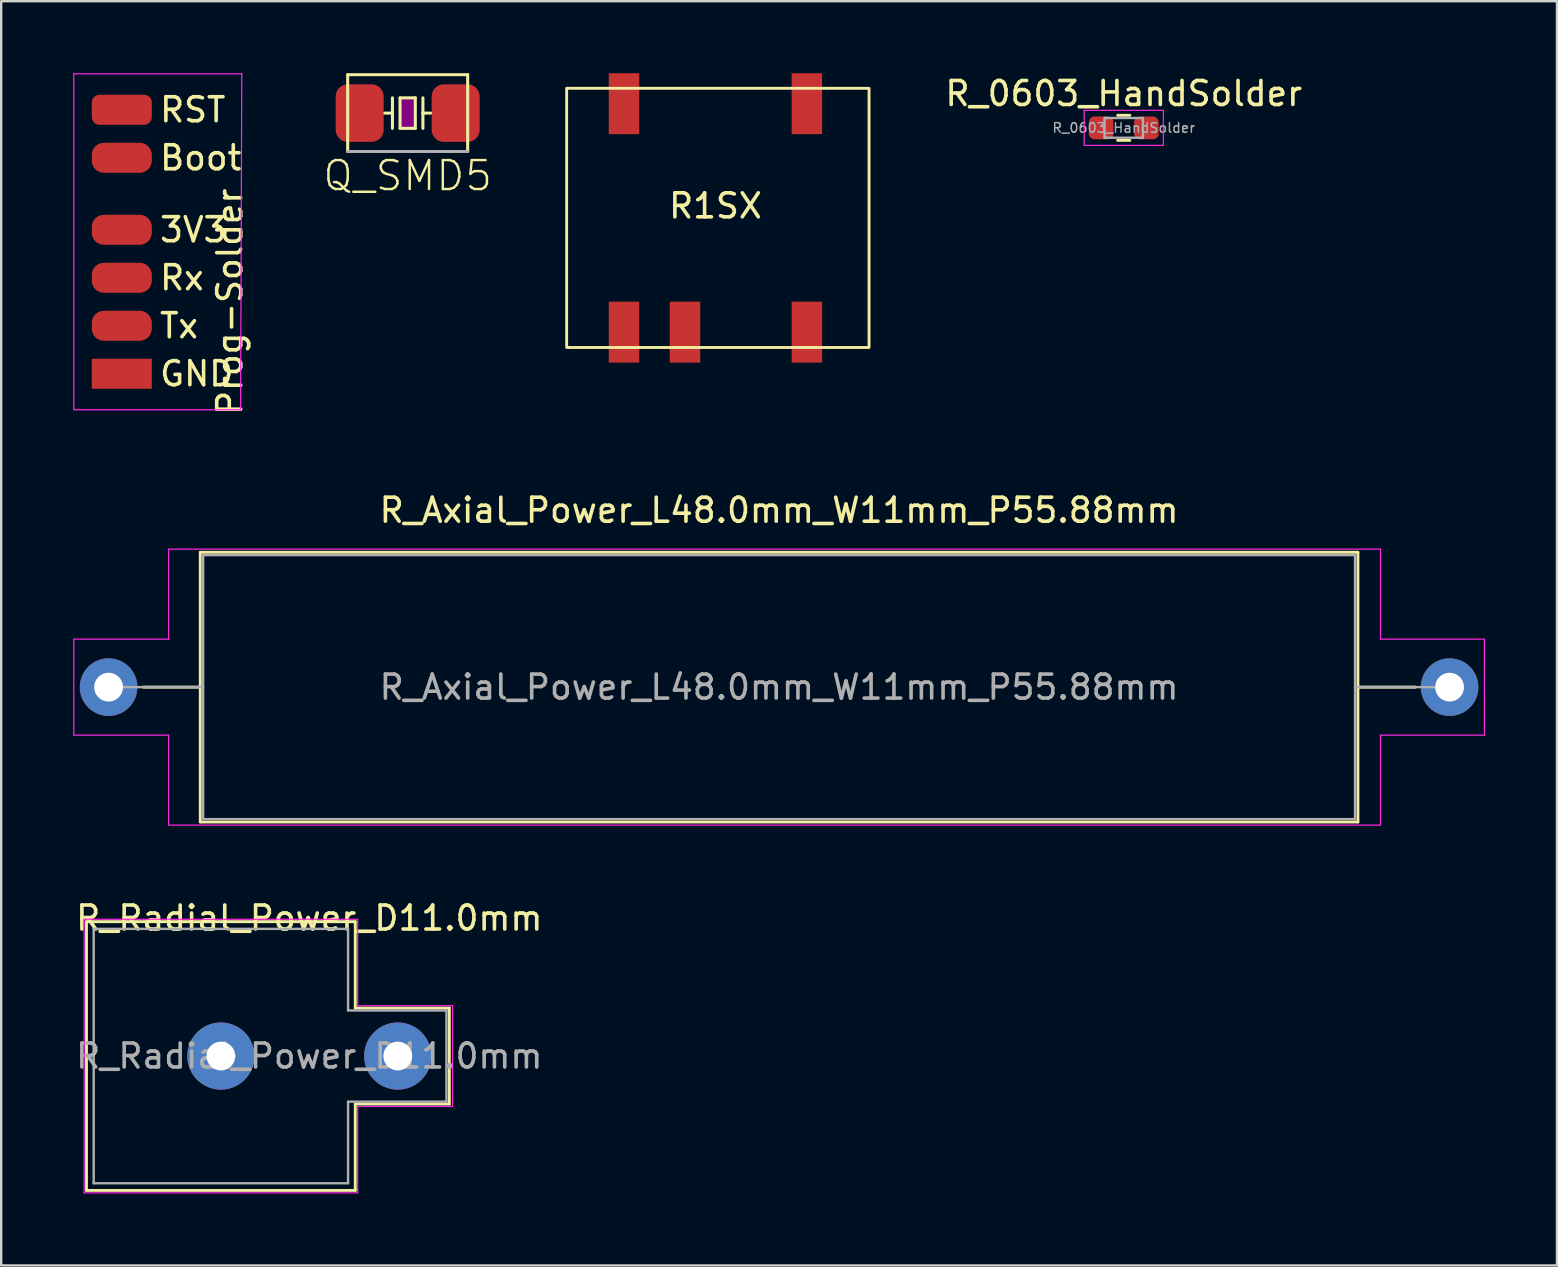
<source format=kicad_pcb>
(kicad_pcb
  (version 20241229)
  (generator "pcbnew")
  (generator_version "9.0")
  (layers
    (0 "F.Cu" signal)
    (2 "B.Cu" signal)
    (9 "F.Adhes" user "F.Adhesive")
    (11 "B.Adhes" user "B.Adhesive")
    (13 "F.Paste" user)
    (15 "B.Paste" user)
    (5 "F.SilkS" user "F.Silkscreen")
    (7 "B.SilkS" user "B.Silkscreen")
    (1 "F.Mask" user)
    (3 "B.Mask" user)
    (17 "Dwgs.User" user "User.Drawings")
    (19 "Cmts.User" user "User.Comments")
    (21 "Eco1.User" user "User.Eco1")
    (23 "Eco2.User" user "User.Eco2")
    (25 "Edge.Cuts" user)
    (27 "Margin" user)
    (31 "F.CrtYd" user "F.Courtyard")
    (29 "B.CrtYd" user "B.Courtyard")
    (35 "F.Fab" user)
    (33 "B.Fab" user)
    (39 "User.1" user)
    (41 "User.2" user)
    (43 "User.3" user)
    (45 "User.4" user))
  (footprint "R_0603_HandSolder"
    (layer "F.Cu")
    (at 43.777 2.278)
    (property "Reference" "R_0603_HandSolder" (at 0 -1.43 0) (layer "F.SilkS") (effects (font (size 1 1) (thickness 0.15))))
    (attr smd)
    (fp_line (start -0.255 -0.522) (end 0.255 -0.522) (stroke (width 0.12) (type solid)) (layer "F.SilkS"))
    (fp_line (start -0.255 0.522) (end 0.255 0.522) (stroke (width 0.12) (type solid)) (layer "F.SilkS"))
    (fp_line (start -1.65 -0.73) (end 1.65 -0.73) (stroke (width 0.05) (type solid)) (layer "F.CrtYd"))
    (fp_line (start -1.65 0.73) (end -1.65 -0.73) (stroke (width 0.05) (type solid)) (layer "F.CrtYd"))
    (fp_line (start 1.65 -0.73) (end 1.65 0.73) (stroke (width 0.05) (type solid)) (layer "F.CrtYd"))
    (fp_line (start 1.65 0.73) (end -1.65 0.73) (stroke (width 0.05) (type solid)) (layer "F.CrtYd"))
    (fp_line (start -0.8 -0.412) (end 0.8 -0.412) (stroke (width 0.1) (type solid)) (layer "F.Fab"))
    (fp_line (start -0.8 0.412) (end -0.8 -0.412) (stroke (width 0.1) (type solid)) (layer "F.Fab"))
    (fp_line (start 0.8 -0.412) (end 0.8 0.412) (stroke (width 0.1) (type solid)) (layer "F.Fab"))
    (fp_line (start 0.8 0.412) (end -0.8 0.412) (stroke (width 0.1) (type solid)) (layer "F.Fab"))
    (fp_text user "${REFERENCE}" (at 0 0 0) (layer "F.Fab") (effects (font (size 0.4 0.4) (thickness 0.06))))
    (pad "1" smd roundrect (at -0.945 0) (size 1.025 0.95) (layers "F.Cu" "F.Mask" "F.Paste") (roundrect_rratio 0.25))
    (pad "2" smd roundrect (at 0.945 0) (size 1.025 0.95) (layers "F.Cu" "F.Mask" "F.Paste") (roundrect_rratio 0.25)))
  (footprint "Q_SMD5"
    (layer "F.Cu")
    (at 13.938 1.663)
    (property "Reference" "Q_SMD5" (at 0 1.905 0) (layer "F.SilkS") (effects (font (size 1.206 1.206) (thickness 0.102)) (justify top)))
    (attr through_hole)
    (fp_line (start -2.5 -1.6) (end 2.5 -1.6) (stroke (width 0.127) (type solid)) (layer "F.SilkS"))
    (fp_line (start -2.5 1.6) (end -2.5 -1.6) (stroke (width 0.127) (type solid)) (layer "F.SilkS"))
    (fp_line (start -0.635 -0.635) (end -0.635 0) (stroke (width 0.127) (type solid)) (layer "F.SilkS"))
    (fp_line (start -0.635 0) (end -0.953 0) (stroke (width 0.127) (type solid)) (layer "F.SilkS"))
    (fp_line (start -0.635 0) (end -0.635 0.635) (stroke (width 0.127) (type solid)) (layer "F.SilkS"))
    (fp_line (start -0.318 -0.635) (end -0.318 0.635) (stroke (width 0.127) (type solid)) (layer "F.SilkS"))
    (fp_line (start -0.318 0.635) (end 0.318 0.635) (stroke (width 0.127) (type solid)) (layer "F.SilkS"))
    (fp_line (start 0.318 -0.635) (end -0.318 -0.635) (stroke (width 0.127) (type solid)) (layer "F.SilkS"))
    (fp_line (start 0.318 0.635) (end 0.318 -0.635) (stroke (width 0.127) (type solid)) (layer "F.SilkS"))
    (fp_line (start 0.635 -0.635) (end 0.635 0) (stroke (width 0.127) (type solid)) (layer "F.SilkS"))
    (fp_line (start 0.635 0) (end 0.635 0.635) (stroke (width 0.127) (type solid)) (layer "F.SilkS"))
    (fp_line (start 0.635 0) (end 0.953 0) (stroke (width 0.127) (type solid)) (layer "F.SilkS"))
    (fp_line (start 2.5 -1.6) (end 2.5 1.6) (stroke (width 0.127) (type solid)) (layer "F.SilkS"))
    (fp_poly (pts (xy -0.318 0.635) (xy 0.318 0.635) (xy 0.318 -0.635) (xy -0.318 -0.635)) (stroke (width 0) (type solid)) (fill yes) (layer "F.Adhes"))
    (fp_line (start 2.5 1.6) (end -2.5 1.6) (stroke (width 0.127) (type solid)) (layer "F.Fab"))
    (pad "P$1" smd roundrect (at 2 0) (size 2 2.4) (layers "F.Cu" "F.Mask" "F.Paste") (roundrect_rratio 0.25))
    (pad "P$2" smd roundrect (at -2 0) (size 2 2.4) (layers "F.Cu" "F.Mask" "F.Paste") (roundrect_rratio 0.25)))
  (footprint "Prog-Solder"
    (layer "F.Cu")
    (at 2.025 5.025)
    (property "Reference" "Prog-Solder" (at 4.5 4.5 90) (layer "F.SilkS") (effects (font (size 1 1) (thickness 0.15))))
    (attr smd)
    (fp_line (start -2 9) (end -2 -5) (stroke (width 0.05) (type solid)) (layer "F.CrtYd"))
    (fp_line (start -2 9) (end 4.95 9) (stroke (width 0.05) (type solid)) (layer "F.CrtYd"))
    (fp_line (start 5 -5) (end -2 -5) (stroke (width 0.05) (type solid)) (layer "F.CrtYd"))
    (fp_line (start 5 -5) (end 4.95 9) (stroke (width 0.05) (type solid)) (layer "F.CrtYd"))
    (fp_text user "Rx" (at 1.5 3.5 0) (unlocked yes) (layer "F.SilkS") (effects (font (size 1 1) (thickness 0.15)) (justify left)))
    (fp_text user "3V3" (at 1.5 1.5 0) (unlocked yes) (layer "F.SilkS") (effects (font (size 1 1) (thickness 0.15)) (justify left)))
    (fp_text user "Boot" (at 1.5 -1.5 0) (unlocked yes) (layer "F.SilkS") (effects (font (size 1 1) (thickness 0.15)) (justify left)))
    (fp_text user "GND" (at 1.5 7.5 0) (unlocked yes) (layer "F.SilkS") (effects (font (size 1 1) (thickness 0.15)) (justify left)))
    (fp_text user "RST" (at 1.5 -3.5 0) (unlocked yes) (layer "F.SilkS") (effects (font (size 1 1) (thickness 0.15)) (justify left)))
    (fp_text user "Tx" (at 1.5 5.5 0) (unlocked yes) (layer "F.SilkS") (effects (font (size 1 1) (thickness 0.15)) (justify left)))
    (pad "1" smd rect (at 0 7.5) (size 2.5 1.25) (layers "F.Cu" "F.Mask"))
    (pad "2" smd roundrect (at 0 5.5) (size 2.5 1.25) (layers "F.Cu" "F.Mask") (roundrect_rratio 0.4))
    (pad "3" smd roundrect (at 0 3.5) (size 2.5 1.25) (layers "F.Cu" "F.Mask") (roundrect_rratio 0.4))
    (pad "4" smd roundrect (at 0 1.5) (size 2.5 1.25) (layers "F.Cu" "F.Mask") (roundrect_rratio 0.4))
    (pad "5" smd roundrect (at 0 -1.5) (size 2.5 1.25) (layers "F.Cu" "F.Mask") (roundrect_rratio 0.4))
    (pad "6" smd roundrect (at 0 -3.5) (size 2.5 1.25) (layers "F.Cu" "F.Mask") (roundrect_rratio 0.25)))
  (footprint "R_Axial_Power_L48.0mm_W11mm_P55.88mm"
    (layer "F.Cu")
    (at 1.475 25.583)
    (property "Reference" "R_Axial_Power_L48.0mm_W11mm_P55.88mm" (at 27.94 -7.37 0) (layer "F.SilkS") (effects (font (size 1 1) (thickness 0.15))))
    (attr through_hole)
    (fp_line (start 1.44 0) (end 3.82 0) (stroke (width 0.12) (type solid)) (layer "F.SilkS"))
    (fp_line (start 3.82 -5.62) (end 3.82 5.62) (stroke (width 0.12) (type solid)) (layer "F.SilkS"))
    (fp_line (start 3.82 5.62) (end 52.06 5.62) (stroke (width 0.12) (type solid)) (layer "F.SilkS"))
    (fp_line (start 52.06 -5.62) (end 3.82 -5.62) (stroke (width 0.12) (type solid)) (layer "F.SilkS"))
    (fp_line (start 52.06 5.62) (end 52.06 -5.62) (stroke (width 0.12) (type solid)) (layer "F.SilkS"))
    (fp_line (start 54.44 0) (end 52.06 0) (stroke (width 0.12) (type solid)) (layer "F.SilkS"))
    (fp_line (start -1.45 -2) (end -1.45 2) (stroke (width 0.05) (type solid)) (layer "F.CrtYd"))
    (fp_line (start -1.45 -2) (end 2.5 -2) (stroke (width 0.05) (type default)) (layer "F.CrtYd"))
    (fp_line (start 2.5 -2) (end 2.5 -5.75) (stroke (width 0.05) (type default)) (layer "F.CrtYd"))
    (fp_line (start 2.5 2) (end -1.45 2) (stroke (width 0.05) (type default)) (layer "F.CrtYd"))
    (fp_line (start 2.5 5.75) (end 2.5 2) (stroke (width 0.05) (type default)) (layer "F.CrtYd"))
    (fp_line (start 2.5 5.75) (end 53 5.75) (stroke (width 0.05) (type solid)) (layer "F.CrtYd"))
    (fp_line (start 53 -5.75) (end 2.5 -5.75) (stroke (width 0.05) (type solid)) (layer "F.CrtYd"))
    (fp_line (start 53 -5.75) (end 53 -2) (stroke (width 0.05) (type solid)) (layer "F.CrtYd"))
    (fp_line (start 53 2) (end 57.33 2) (stroke (width 0.05) (type solid)) (layer "F.CrtYd"))
    (fp_line (start 53 5.75) (end 53 2) (stroke (width 0.05) (type solid)) (layer "F.CrtYd"))
    (fp_line (start 57.33 -2) (end 53 -2) (stroke (width 0.05) (type solid)) (layer "F.CrtYd"))
    (fp_line (start 57.33 2) (end 57.33 -2) (stroke (width 0.05) (type solid)) (layer "F.CrtYd"))
    (fp_line (start 0 0) (end 3.94 0) (stroke (width 0.1) (type solid)) (layer "F.Fab"))
    (fp_line (start 3.94 -5.5) (end 3.94 5.5) (stroke (width 0.1) (type solid)) (layer "F.Fab"))
    (fp_line (start 3.94 5.5) (end 51.94 5.5) (stroke (width 0.1) (type solid)) (layer "F.Fab"))
    (fp_line (start 51.94 -5.5) (end 3.94 -5.5) (stroke (width 0.1) (type solid)) (layer "F.Fab"))
    (fp_line (start 51.94 5.5) (end 51.94 -5.5) (stroke (width 0.1) (type solid)) (layer "F.Fab"))
    (fp_line (start 55.88 0) (end 51.94 0) (stroke (width 0.1) (type solid)) (layer "F.Fab"))
    (fp_text user "${REFERENCE}" (at 27.94 0 0) (layer "F.Fab") (effects (font (size 1 1) (thickness 0.15))))
    (pad "1" thru_hole circle (at 0 0) (size 2.4 2.4) (drill 1.2) (layers "*.Cu" "*.Mask"))
    (pad "2" thru_hole oval (at 55.88 0) (size 2.4 2.4) (drill 1.2) (layers "*.Cu" "*.Mask")))
  (footprint "R_Radial_Power_D11.0mm"
    (layer "F.Cu")
    (at 6.154 40.956)
    (property "Reference" "R_Radial_Power_D11.0mm" (at 3.685 -5.75 0) (layer "F.SilkS") (effects (font (size 1 1) (thickness 0.15))))
    (attr through_hole)
    (fp_line (start -5.6 -5.6) (end -5.6 5.6) (stroke (width 0.12) (type solid)) (layer "F.SilkS"))
    (fp_line (start -5.6 -5.6) (end 5.6 -5.6) (stroke (width 0.12) (type solid)) (layer "F.SilkS"))
    (fp_line (start -5.6 5.6) (end 5.6 5.6) (stroke (width 0.12) (type solid)) (layer "F.SilkS"))
    (fp_line (start 5.6 -5.6) (end 5.6 -2) (stroke (width 0.12) (type default)) (layer "F.SilkS"))
    (fp_line (start 5.6 -2) (end 9.52 -2) (stroke (width 0.12) (type default)) (layer "F.SilkS"))
    (fp_line (start 5.6 2) (end 9.52 2) (stroke (width 0.12) (type default)) (layer "F.SilkS"))
    (fp_line (start 5.6 5.6) (end 5.6 2) (stroke (width 0.12) (type default)) (layer "F.SilkS"))
    (fp_line (start 9.52 -2) (end 9.52 2) (stroke (width 0.12) (type solid)) (layer "F.SilkS"))
    (fp_line (start -5.7 -5.7) (end -5.7 5.7) (stroke (width 0.05) (type solid)) (layer "F.CrtYd"))
    (fp_line (start -5.7 5.7) (end 5.7 5.7) (stroke (width 0.05) (type solid)) (layer "F.CrtYd"))
    (fp_line (start 5.7 -5.7) (end -5.7 -5.7) (stroke (width 0.05) (type solid)) (layer "F.CrtYd"))
    (fp_line (start 5.7 -2.1) (end 5.7 -5.7) (stroke (width 0.05) (type default)) (layer "F.CrtYd"))
    (fp_line (start 5.7 2.1) (end 5.7 5.7) (stroke (width 0.05) (type default)) (layer "F.CrtYd"))
    (fp_line (start 9.655 -2.1) (end 5.7 -2.1) (stroke (width 0.05) (type default)) (layer "F.CrtYd"))
    (fp_line (start 9.655 2.1) (end 5.7 2.1) (stroke (width 0.05) (type default)) (layer "F.CrtYd"))
    (fp_line (start 9.655 2.1) (end 9.655 -2.1) (stroke (width 0.05) (type solid)) (layer "F.CrtYd"))
    (fp_line (start -5.3 -5.3) (end -5.3 5.3) (stroke (width 0.1) (type solid)) (layer "F.Fab"))
    (fp_line (start -5.3 5.3) (end 5.3 5.3) (stroke (width 0.1) (type solid)) (layer "F.Fab"))
    (fp_line (start 5.3 -5.3) (end -5.3 -5.3) (stroke (width 0.1) (type solid)) (layer "F.Fab"))
    (fp_line (start 5.3 -1.9) (end 5.3 -5.3) (stroke (width 0.1) (type default)) (layer "F.Fab"))
    (fp_line (start 5.3 5.3) (end 5.3 1.9) (stroke (width 0.1) (type default)) (layer "F.Fab"))
    (fp_line (start 9.4 -1.9) (end 5.3 -1.9) (stroke (width 0.1) (type default)) (layer "F.Fab"))
    (fp_line (start 9.4 1.9) (end 5.3 1.9) (stroke (width 0.1) (type default)) (layer "F.Fab"))
    (fp_line (start 9.4 1.9) (end 9.4 -1.9) (stroke (width 0.1) (type solid)) (layer "F.Fab"))
    (fp_text user "${REFERENCE}" (at 3.685 0 0) (layer "F.Fab") (effects (font (size 1 1) (thickness 0.15))))
    (pad "1" thru_hole circle (at 0 0) (size 2.8 2.8) (drill 1.2) (layers "*.Cu" "*.Mask"))
    (pad "2" thru_hole circle (at 7.37 0) (size 2.8 2.8) (drill 1.2) (layers "*.Cu" "*.Mask")))
  (footprint "R1SX"
    (layer "F.Cu")
    (at 26.763 6.03)
    (property "Reference" "R1SX" (at 0 -0.5 0) (unlocked yes) (layer "F.SilkS") (effects (font (size 1 1) (thickness 0.15))))
    (attr smd)
    (fp_rect (start -6.2 -5.4) (end 6.4 5.4) (stroke (width 0.12) (type default)) (fill no) (layer "F.SilkS"))
    (pad "1" smd rect (at -3.81 4.76) (size 1.27 2.54) (layers "F.Cu" "F.Mask" "F.Paste"))
    (pad "2" smd rect (at -1.27 4.76) (size 1.27 2.54) (layers "F.Cu" "F.Mask" "F.Paste"))
    (pad "4" smd rect (at 3.81 4.76) (size 1.27 2.54) (layers "F.Cu" "F.Mask" "F.Paste"))
    (pad "5" smd rect (at 3.81 -4.76) (size 1.27 2.54) (layers "F.Cu" "F.Mask" "F.Paste"))
    (pad "8" smd rect (at -3.81 -4.76) (size 1.27 2.54) (layers "F.Cu" "F.Mask" "F.Paste")))
  (gr_rect
    (start -3 -3)
    (end 61.83 49.681)
    (stroke (width 0.1) (type default))
    (fill no)
    (layer "Edge.Cuts")))
</source>
